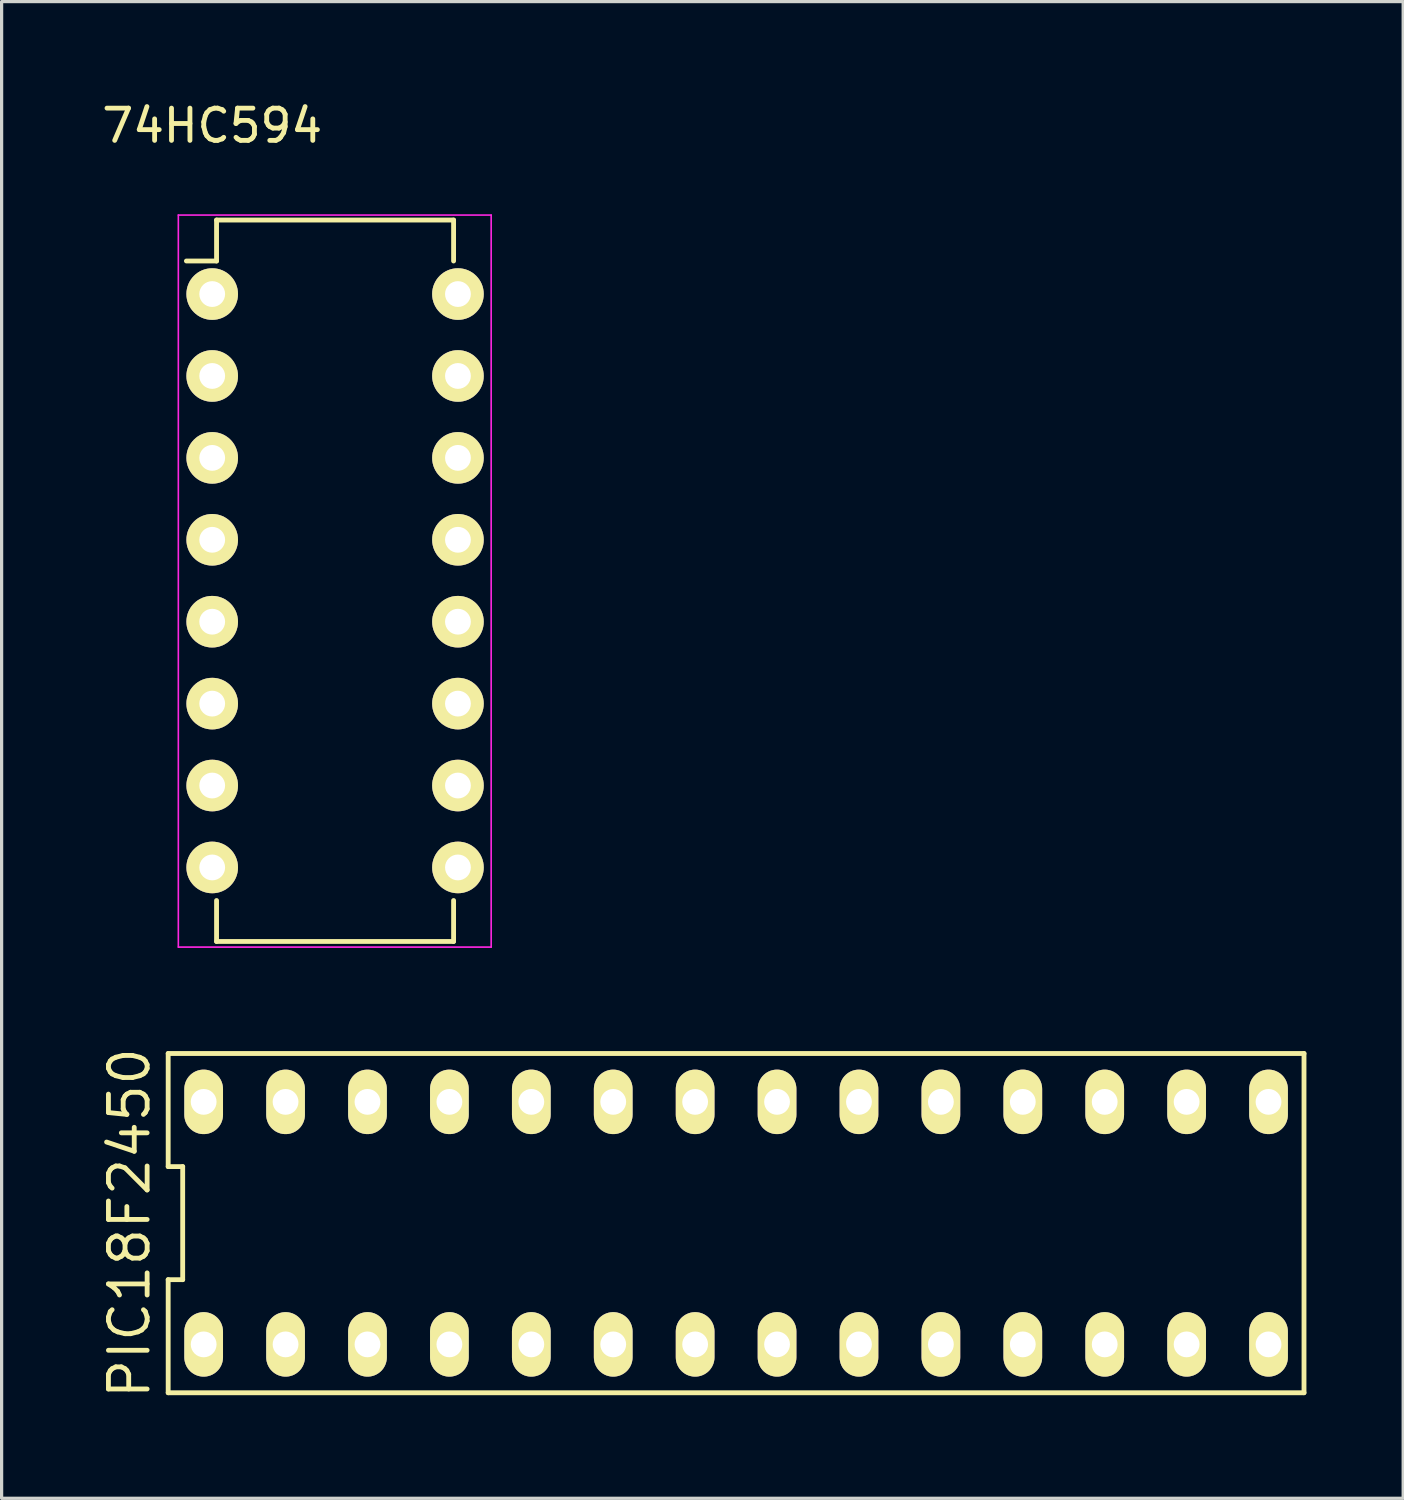
<source format=kicad_pcb>
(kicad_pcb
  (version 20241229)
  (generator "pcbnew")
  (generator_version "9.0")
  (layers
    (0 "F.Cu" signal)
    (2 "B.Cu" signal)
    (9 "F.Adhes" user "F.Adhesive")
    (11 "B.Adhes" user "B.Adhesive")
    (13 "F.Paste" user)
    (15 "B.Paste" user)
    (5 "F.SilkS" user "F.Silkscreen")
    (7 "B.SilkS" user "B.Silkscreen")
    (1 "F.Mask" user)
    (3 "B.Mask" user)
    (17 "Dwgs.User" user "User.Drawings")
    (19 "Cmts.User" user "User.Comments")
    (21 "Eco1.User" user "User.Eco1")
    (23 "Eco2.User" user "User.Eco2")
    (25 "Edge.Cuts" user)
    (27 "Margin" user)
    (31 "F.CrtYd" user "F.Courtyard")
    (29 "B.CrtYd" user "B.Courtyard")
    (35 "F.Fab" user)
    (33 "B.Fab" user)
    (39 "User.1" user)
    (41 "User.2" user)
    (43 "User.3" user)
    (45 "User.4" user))
  (footprint "74HC594"
    (layer "F.Cu")
    (at 3.53 6.068)
    (property "Reference" "74HC594" (at 0 -5.22 0) (layer "F.SilkS") (effects (font (size 1 1) (thickness 0.15))))
    (attr through_hole)
    (fp_line (start 0.135 -2.295) (end 0.135 -1.025) (stroke (width 0.15) (type solid)) (layer "F.SilkS"))
    (fp_line (start 0.135 -2.295) (end 7.485 -2.295) (stroke (width 0.15) (type solid)) (layer "F.SilkS"))
    (fp_line (start 0.135 -1.025) (end -0.8 -1.025) (stroke (width 0.15) (type solid)) (layer "F.SilkS"))
    (fp_line (start 0.135 20.075) (end 0.135 18.805) (stroke (width 0.15) (type solid)) (layer "F.SilkS"))
    (fp_line (start 0.135 20.075) (end 7.485 20.075) (stroke (width 0.15) (type solid)) (layer "F.SilkS"))
    (fp_line (start 7.485 -2.295) (end 7.485 -1.025) (stroke (width 0.15) (type solid)) (layer "F.SilkS"))
    (fp_line (start 7.485 20.075) (end 7.485 18.805) (stroke (width 0.15) (type solid)) (layer "F.SilkS"))
    (fp_line (start -1.05 -2.45) (end -1.05 20.25) (stroke (width 0.05) (type solid)) (layer "F.CrtYd"))
    (fp_line (start -1.05 -2.45) (end 8.65 -2.45) (stroke (width 0.05) (type solid)) (layer "F.CrtYd"))
    (fp_line (start -1.05 20.25) (end 8.65 20.25) (stroke (width 0.05) (type solid)) (layer "F.CrtYd"))
    (fp_line (start 8.65 -2.45) (end 8.65 20.25) (stroke (width 0.05) (type solid)) (layer "F.CrtYd"))
    (pad "1" thru_hole oval (at 0 0) (size 1.6 1.6) (drill 0.8) (layers "*.Cu" "*.Mask" "F.SilkS"))
    (pad "2" thru_hole oval (at 0 2.54) (size 1.6 1.6) (drill 0.8) (layers "*.Cu" "*.Mask" "F.SilkS"))
    (pad "3" thru_hole oval (at 0 5.08) (size 1.6 1.6) (drill 0.8) (layers "*.Cu" "*.Mask" "F.SilkS"))
    (pad "4" thru_hole oval (at 0 7.62) (size 1.6 1.6) (drill 0.8) (layers "*.Cu" "*.Mask" "F.SilkS"))
    (pad "5" thru_hole oval (at 0 10.16) (size 1.6 1.6) (drill 0.8) (layers "*.Cu" "*.Mask" "F.SilkS"))
    (pad "6" thru_hole oval (at 0 12.7) (size 1.6 1.6) (drill 0.8) (layers "*.Cu" "*.Mask" "F.SilkS"))
    (pad "7" thru_hole oval (at 0 15.24) (size 1.6 1.6) (drill 0.8) (layers "*.Cu" "*.Mask" "F.SilkS"))
    (pad "8" thru_hole oval (at 0 17.78) (size 1.6 1.6) (drill 0.8) (layers "*.Cu" "*.Mask" "F.SilkS"))
    (pad "9" thru_hole oval (at 7.62 17.78) (size 1.6 1.6) (drill 0.8) (layers "*.Cu" "*.Mask" "F.SilkS"))
    (pad "10" thru_hole oval (at 7.62 15.24) (size 1.6 1.6) (drill 0.8) (layers "*.Cu" "*.Mask" "F.SilkS"))
    (pad "11" thru_hole oval (at 7.62 12.7) (size 1.6 1.6) (drill 0.8) (layers "*.Cu" "*.Mask" "F.SilkS"))
    (pad "12" thru_hole oval (at 7.62 10.16) (size 1.6 1.6) (drill 0.8) (layers "*.Cu" "*.Mask" "F.SilkS"))
    (pad "13" thru_hole oval (at 7.62 7.62) (size 1.6 1.6) (drill 0.8) (layers "*.Cu" "*.Mask" "F.SilkS"))
    (pad "14" thru_hole oval (at 7.62 5.08) (size 1.6 1.6) (drill 0.8) (layers "*.Cu" "*.Mask" "F.SilkS"))
    (pad "15" thru_hole oval (at 7.62 2.54) (size 1.6 1.6) (drill 0.8) (layers "*.Cu" "*.Mask" "F.SilkS"))
    (pad "16" thru_hole oval (at 7.62 0) (size 1.6 1.6) (drill 0.8) (layers "*.Cu" "*.Mask" "F.SilkS")))
  (footprint "PIC18F2450"
    (layer "F.Cu")
    (at 19.775 34.877)
    (property "Reference" "PIC18F2450" (at -18.81 0 90) (layer "F.SilkS") (effects (font (size 1.2 1.2) (thickness 0.15))))
    (attr through_hole)
    (fp_line (start -17.61 -5.26) (end -17.61 -1.753) (stroke (width 0.15) (type solid)) (layer "F.SilkS"))
    (fp_line (start -17.61 -1.753) (end -17.16 -1.753) (stroke (width 0.15) (type solid)) (layer "F.SilkS"))
    (fp_line (start -17.61 1.753) (end -17.61 5.26) (stroke (width 0.15) (type solid)) (layer "F.SilkS"))
    (fp_line (start -17.61 5.26) (end 17.61 5.26) (stroke (width 0.15) (type solid)) (layer "F.SilkS"))
    (fp_line (start -17.16 -1.753) (end -17.16 1.753) (stroke (width 0.15) (type solid)) (layer "F.SilkS"))
    (fp_line (start -17.16 1.753) (end -17.61 1.753) (stroke (width 0.15) (type solid)) (layer "F.SilkS"))
    (fp_line (start 17.61 -5.26) (end -17.61 -5.26) (stroke (width 0.15) (type solid)) (layer "F.SilkS"))
    (fp_line (start 17.61 5.26) (end 17.61 -5.26) (stroke (width 0.15) (type solid)) (layer "F.SilkS"))
    (pad "1" thru_hole oval (at -16.51 3.76) (size 1.2 2) (drill 0.8) (layers "*.Cu" "*.Mask" "F.SilkS"))
    (pad "2" thru_hole oval (at -13.97 3.76) (size 1.2 2) (drill 0.8) (layers "*.Cu" "*.Mask" "F.SilkS"))
    (pad "3" thru_hole oval (at -11.43 3.76) (size 1.2 2) (drill 0.8) (layers "*.Cu" "*.Mask" "F.SilkS"))
    (pad "4" thru_hole oval (at -8.89 3.76) (size 1.2 2) (drill 0.8) (layers "*.Cu" "*.Mask" "F.SilkS"))
    (pad "5" thru_hole oval (at -6.35 3.76) (size 1.2 2) (drill 0.8) (layers "*.Cu" "*.Mask" "F.SilkS"))
    (pad "6" thru_hole oval (at -3.81 3.76) (size 1.2 2) (drill 0.8) (layers "*.Cu" "*.Mask" "F.SilkS"))
    (pad "7" thru_hole oval (at -1.27 3.76) (size 1.2 2) (drill 0.8) (layers "*.Cu" "*.Mask" "F.SilkS"))
    (pad "8" thru_hole oval (at 1.27 3.76) (size 1.2 2) (drill 0.8) (layers "*.Cu" "*.Mask" "F.SilkS"))
    (pad "9" thru_hole oval (at 3.81 3.76) (size 1.2 2) (drill 0.8) (layers "*.Cu" "*.Mask" "F.SilkS"))
    (pad "10" thru_hole oval (at 6.35 3.76) (size 1.2 2) (drill 0.8) (layers "*.Cu" "*.Mask" "F.SilkS"))
    (pad "11" thru_hole oval (at 8.89 3.76) (size 1.2 2) (drill 0.8) (layers "*.Cu" "*.Mask" "F.SilkS"))
    (pad "12" thru_hole oval (at 11.43 3.76) (size 1.2 2) (drill 0.8) (layers "*.Cu" "*.Mask" "F.SilkS"))
    (pad "13" thru_hole oval (at 13.97 3.76) (size 1.2 2) (drill 0.8) (layers "*.Cu" "*.Mask" "F.SilkS"))
    (pad "14" thru_hole oval (at 16.51 3.76) (size 1.2 2) (drill 0.8) (layers "*.Cu" "*.Mask" "F.SilkS"))
    (pad "15" thru_hole oval (at 16.51 -3.76) (size 1.2 2) (drill 0.8) (layers "*.Cu" "*.Mask" "F.SilkS"))
    (pad "16" thru_hole oval (at 13.97 -3.76) (size 1.2 2) (drill 0.8) (layers "*.Cu" "*.Mask" "F.SilkS"))
    (pad "17" thru_hole oval (at 11.43 -3.76) (size 1.2 2) (drill 0.8) (layers "*.Cu" "*.Mask" "F.SilkS"))
    (pad "18" thru_hole oval (at 8.89 -3.76) (size 1.2 2) (drill 0.8) (layers "*.Cu" "*.Mask" "F.SilkS"))
    (pad "19" thru_hole oval (at 6.35 -3.76) (size 1.2 2) (drill 0.8) (layers "*.Cu" "*.Mask" "F.SilkS"))
    (pad "20" thru_hole oval (at 3.81 -3.76) (size 1.2 2) (drill 0.8) (layers "*.Cu" "*.Mask" "F.SilkS"))
    (pad "21" thru_hole oval (at 1.27 -3.76) (size 1.2 2) (drill 0.8) (layers "*.Cu" "*.Mask" "F.SilkS"))
    (pad "22" thru_hole oval (at -1.27 -3.76) (size 1.2 2) (drill 0.8) (layers "*.Cu" "*.Mask" "F.SilkS"))
    (pad "23" thru_hole oval (at -3.81 -3.76) (size 1.2 2) (drill 0.8) (layers "*.Cu" "*.Mask" "F.SilkS"))
    (pad "24" thru_hole oval (at -6.35 -3.76) (size 1.2 2) (drill 0.8) (layers "*.Cu" "*.Mask" "F.SilkS"))
    (pad "25" thru_hole oval (at -8.89 -3.76) (size 1.2 2) (drill 0.8) (layers "*.Cu" "*.Mask" "F.SilkS"))
    (pad "26" thru_hole oval (at -11.43 -3.76) (size 1.2 2) (drill 0.8) (layers "*.Cu" "*.Mask" "F.SilkS"))
    (pad "27" thru_hole oval (at -13.97 -3.76) (size 1.2 2) (drill 0.8) (layers "*.Cu" "*.Mask" "F.SilkS"))
    (pad "28" thru_hole oval (at -16.51 -3.76) (size 1.2 2) (drill 0.8) (layers "*.Cu" "*.Mask" "F.SilkS")))
  (gr_rect
    (start -3 -3)
    (end 40.46 43.41)
    (stroke (width 0.1) (type default))
    (fill no)
    (layer "Edge.Cuts")))
</source>
